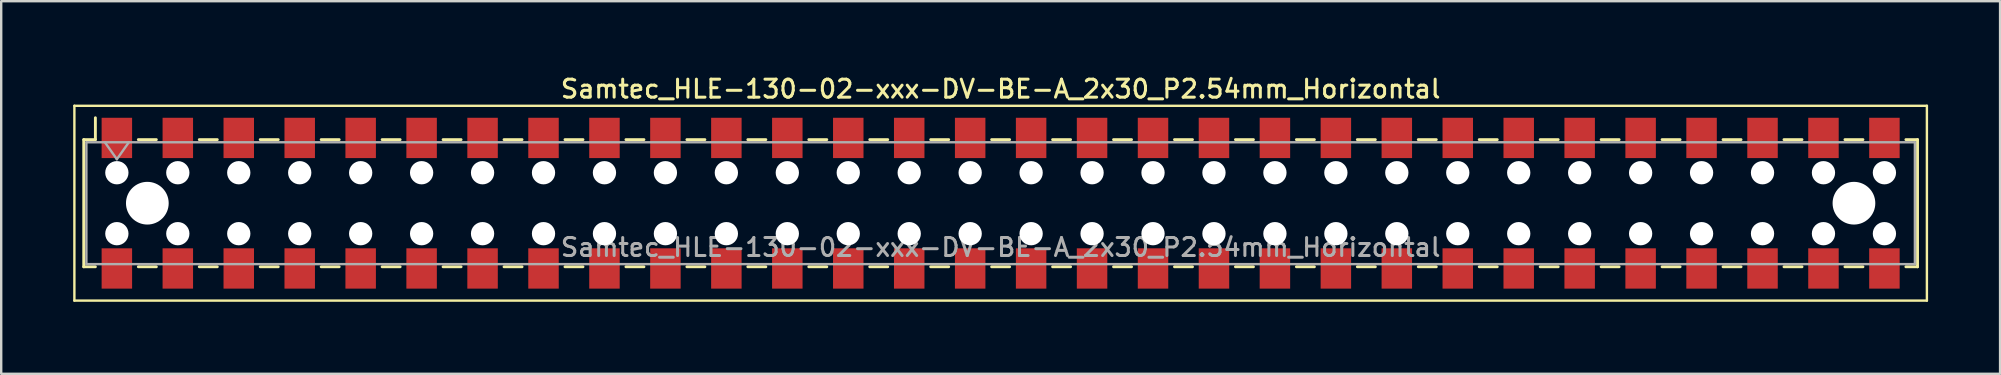
<source format=kicad_pcb>
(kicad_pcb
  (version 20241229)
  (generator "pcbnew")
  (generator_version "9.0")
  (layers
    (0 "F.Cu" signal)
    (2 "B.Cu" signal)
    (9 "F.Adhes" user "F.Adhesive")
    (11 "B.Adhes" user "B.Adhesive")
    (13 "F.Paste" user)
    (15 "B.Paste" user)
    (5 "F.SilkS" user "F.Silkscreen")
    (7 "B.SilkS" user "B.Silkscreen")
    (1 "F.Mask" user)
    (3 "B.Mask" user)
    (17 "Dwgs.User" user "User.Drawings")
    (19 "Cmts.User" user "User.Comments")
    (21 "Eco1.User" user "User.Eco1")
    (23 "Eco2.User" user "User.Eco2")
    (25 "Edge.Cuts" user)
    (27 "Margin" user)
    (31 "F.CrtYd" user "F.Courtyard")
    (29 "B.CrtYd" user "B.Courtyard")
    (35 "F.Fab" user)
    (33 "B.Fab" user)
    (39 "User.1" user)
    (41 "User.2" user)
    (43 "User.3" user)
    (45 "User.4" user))
  (footprint "Samtec_HLE-130-02-xxx-DV-BE-A_2x30_P2.54mm_Horizontal"
    (layer "F.Cu")
    (at 38.65 5.418)
    (property "Reference" "Samtec_HLE-130-02-xxx-DV-BE-A_2x30_P2.54mm_Horizontal" (at 0 -4.76 0) (layer "F.SilkS") (effects (font (size 0.75 0.75) (thickness 0.125))))
    (attr smd)
    (fp_line (start -38.6 -4.06) (end 38.6 -4.06) (stroke (width 0.1) (type solid)) (layer "F.SilkS"))
    (fp_line (start -38.6 4.06) (end -38.6 -4.06) (stroke (width 0.1) (type solid)) (layer "F.SilkS"))
    (fp_line (start -38.21 -2.65) (end -38.21 2.65) (stroke (width 0.12) (type solid)) (layer "F.SilkS"))
    (fp_line (start -38.21 2.65) (end -37.725 2.65) (stroke (width 0.12) (type solid)) (layer "F.SilkS"))
    (fp_line (start -37.725 -3.56) (end -37.725 -2.65) (stroke (width 0.12) (type solid)) (layer "F.SilkS"))
    (fp_line (start -37.725 -2.65) (end -38.21 -2.65) (stroke (width 0.12) (type solid)) (layer "F.SilkS"))
    (fp_line (start -35.935 -2.65) (end -35.185 -2.65) (stroke (width 0.12) (type solid)) (layer "F.SilkS"))
    (fp_line (start -35.935 2.65) (end -35.185 2.65) (stroke (width 0.12) (type solid)) (layer "F.SilkS"))
    (fp_line (start -33.395 -2.65) (end -32.645 -2.65) (stroke (width 0.12) (type solid)) (layer "F.SilkS"))
    (fp_line (start -33.395 2.65) (end -32.645 2.65) (stroke (width 0.12) (type solid)) (layer "F.SilkS"))
    (fp_line (start -30.855 -2.65) (end -30.105 -2.65) (stroke (width 0.12) (type solid)) (layer "F.SilkS"))
    (fp_line (start -30.855 2.65) (end -30.105 2.65) (stroke (width 0.12) (type solid)) (layer "F.SilkS"))
    (fp_line (start -28.315 -2.65) (end -27.565 -2.65) (stroke (width 0.12) (type solid)) (layer "F.SilkS"))
    (fp_line (start -28.315 2.65) (end -27.565 2.65) (stroke (width 0.12) (type solid)) (layer "F.SilkS"))
    (fp_line (start -25.775 -2.65) (end -25.025 -2.65) (stroke (width 0.12) (type solid)) (layer "F.SilkS"))
    (fp_line (start -25.775 2.65) (end -25.025 2.65) (stroke (width 0.12) (type solid)) (layer "F.SilkS"))
    (fp_line (start -23.235 -2.65) (end -22.485 -2.65) (stroke (width 0.12) (type solid)) (layer "F.SilkS"))
    (fp_line (start -23.235 2.65) (end -22.485 2.65) (stroke (width 0.12) (type solid)) (layer "F.SilkS"))
    (fp_line (start -20.695 -2.65) (end -19.945 -2.65) (stroke (width 0.12) (type solid)) (layer "F.SilkS"))
    (fp_line (start -20.695 2.65) (end -19.945 2.65) (stroke (width 0.12) (type solid)) (layer "F.SilkS"))
    (fp_line (start -18.155 -2.65) (end -17.405 -2.65) (stroke (width 0.12) (type solid)) (layer "F.SilkS"))
    (fp_line (start -18.155 2.65) (end -17.405 2.65) (stroke (width 0.12) (type solid)) (layer "F.SilkS"))
    (fp_line (start -15.615 -2.65) (end -14.865 -2.65) (stroke (width 0.12) (type solid)) (layer "F.SilkS"))
    (fp_line (start -15.615 2.65) (end -14.865 2.65) (stroke (width 0.12) (type solid)) (layer "F.SilkS"))
    (fp_line (start -13.075 -2.65) (end -12.325 -2.65) (stroke (width 0.12) (type solid)) (layer "F.SilkS"))
    (fp_line (start -13.075 2.65) (end -12.325 2.65) (stroke (width 0.12) (type solid)) (layer "F.SilkS"))
    (fp_line (start -10.535 -2.65) (end -9.785 -2.65) (stroke (width 0.12) (type solid)) (layer "F.SilkS"))
    (fp_line (start -10.535 2.65) (end -9.785 2.65) (stroke (width 0.12) (type solid)) (layer "F.SilkS"))
    (fp_line (start -7.995 -2.65) (end -7.245 -2.65) (stroke (width 0.12) (type solid)) (layer "F.SilkS"))
    (fp_line (start -7.995 2.65) (end -7.245 2.65) (stroke (width 0.12) (type solid)) (layer "F.SilkS"))
    (fp_line (start -5.455 -2.65) (end -4.705 -2.65) (stroke (width 0.12) (type solid)) (layer "F.SilkS"))
    (fp_line (start -5.455 2.65) (end -4.705 2.65) (stroke (width 0.12) (type solid)) (layer "F.SilkS"))
    (fp_line (start -2.915 -2.65) (end -2.165 -2.65) (stroke (width 0.12) (type solid)) (layer "F.SilkS"))
    (fp_line (start -2.915 2.65) (end -2.165 2.65) (stroke (width 0.12) (type solid)) (layer "F.SilkS"))
    (fp_line (start -0.375 -2.65) (end 0.375 -2.65) (stroke (width 0.12) (type solid)) (layer "F.SilkS"))
    (fp_line (start -0.375 2.65) (end 0.375 2.65) (stroke (width 0.12) (type solid)) (layer "F.SilkS"))
    (fp_line (start 2.165 -2.65) (end 2.915 -2.65) (stroke (width 0.12) (type solid)) (layer "F.SilkS"))
    (fp_line (start 2.165 2.65) (end 2.915 2.65) (stroke (width 0.12) (type solid)) (layer "F.SilkS"))
    (fp_line (start 4.705 -2.65) (end 5.455 -2.65) (stroke (width 0.12) (type solid)) (layer "F.SilkS"))
    (fp_line (start 4.705 2.65) (end 5.455 2.65) (stroke (width 0.12) (type solid)) (layer "F.SilkS"))
    (fp_line (start 7.245 -2.65) (end 7.995 -2.65) (stroke (width 0.12) (type solid)) (layer "F.SilkS"))
    (fp_line (start 7.245 2.65) (end 7.995 2.65) (stroke (width 0.12) (type solid)) (layer "F.SilkS"))
    (fp_line (start 9.785 -2.65) (end 10.535 -2.65) (stroke (width 0.12) (type solid)) (layer "F.SilkS"))
    (fp_line (start 9.785 2.65) (end 10.535 2.65) (stroke (width 0.12) (type solid)) (layer "F.SilkS"))
    (fp_line (start 12.325 -2.65) (end 13.075 -2.65) (stroke (width 0.12) (type solid)) (layer "F.SilkS"))
    (fp_line (start 12.325 2.65) (end 13.075 2.65) (stroke (width 0.12) (type solid)) (layer "F.SilkS"))
    (fp_line (start 14.865 -2.65) (end 15.615 -2.65) (stroke (width 0.12) (type solid)) (layer "F.SilkS"))
    (fp_line (start 14.865 2.65) (end 15.615 2.65) (stroke (width 0.12) (type solid)) (layer "F.SilkS"))
    (fp_line (start 17.405 -2.65) (end 18.155 -2.65) (stroke (width 0.12) (type solid)) (layer "F.SilkS"))
    (fp_line (start 17.405 2.65) (end 18.155 2.65) (stroke (width 0.12) (type solid)) (layer "F.SilkS"))
    (fp_line (start 19.945 -2.65) (end 20.695 -2.65) (stroke (width 0.12) (type solid)) (layer "F.SilkS"))
    (fp_line (start 19.945 2.65) (end 20.695 2.65) (stroke (width 0.12) (type solid)) (layer "F.SilkS"))
    (fp_line (start 22.485 -2.65) (end 23.235 -2.65) (stroke (width 0.12) (type solid)) (layer "F.SilkS"))
    (fp_line (start 22.485 2.65) (end 23.235 2.65) (stroke (width 0.12) (type solid)) (layer "F.SilkS"))
    (fp_line (start 25.025 -2.65) (end 25.775 -2.65) (stroke (width 0.12) (type solid)) (layer "F.SilkS"))
    (fp_line (start 25.025 2.65) (end 25.775 2.65) (stroke (width 0.12) (type solid)) (layer "F.SilkS"))
    (fp_line (start 27.565 -2.65) (end 28.315 -2.65) (stroke (width 0.12) (type solid)) (layer "F.SilkS"))
    (fp_line (start 27.565 2.65) (end 28.315 2.65) (stroke (width 0.12) (type solid)) (layer "F.SilkS"))
    (fp_line (start 30.105 -2.65) (end 30.855 -2.65) (stroke (width 0.12) (type solid)) (layer "F.SilkS"))
    (fp_line (start 30.105 2.65) (end 30.855 2.65) (stroke (width 0.12) (type solid)) (layer "F.SilkS"))
    (fp_line (start 32.645 -2.65) (end 33.395 -2.65) (stroke (width 0.12) (type solid)) (layer "F.SilkS"))
    (fp_line (start 32.645 2.65) (end 33.395 2.65) (stroke (width 0.12) (type solid)) (layer "F.SilkS"))
    (fp_line (start 35.185 -2.65) (end 35.935 -2.65) (stroke (width 0.12) (type solid)) (layer "F.SilkS"))
    (fp_line (start 35.185 2.65) (end 35.935 2.65) (stroke (width 0.12) (type solid)) (layer "F.SilkS"))
    (fp_line (start 37.725 -2.65) (end 38.21 -2.65) (stroke (width 0.12) (type solid)) (layer "F.SilkS"))
    (fp_line (start 38.21 -2.65) (end 38.21 2.65) (stroke (width 0.12) (type solid)) (layer "F.SilkS"))
    (fp_line (start 38.21 2.65) (end 37.725 2.65) (stroke (width 0.12) (type solid)) (layer "F.SilkS"))
    (fp_line (start 38.6 -4.06) (end 38.6 4.06) (stroke (width 0.1) (type solid)) (layer "F.SilkS"))
    (fp_line (start 38.6 4.06) (end -38.6 4.06) (stroke (width 0.1) (type solid)) (layer "F.SilkS"))
    (fp_line (start -38.1 -2.54) (end 38.1 -2.54) (stroke (width 0.1) (type solid)) (layer "F.Fab"))
    (fp_line (start -38.1 2.54) (end -38.1 -2.54) (stroke (width 0.1) (type solid)) (layer "F.Fab"))
    (fp_line (start -37.33 -2.54) (end -36.83 -1.833) (stroke (width 0.1) (type solid)) (layer "F.Fab"))
    (fp_line (start -36.83 -1.833) (end -36.33 -2.54) (stroke (width 0.1) (type solid)) (layer "F.Fab"))
    (fp_line (start 38.1 -2.54) (end 38.1 2.54) (stroke (width 0.1) (type solid)) (layer "F.Fab"))
    (fp_line (start 38.1 2.54) (end -38.1 2.54) (stroke (width 0.1) (type solid)) (layer "F.Fab"))
    (fp_text user "${REFERENCE}" (at 0 1.84 0) (layer "F.Fab") (effects (font (size 0.75 0.75) (thickness 0.125))))
    (pad "" np_thru_hole circle (at -36.83 -1.27) (size 0.97 0.97) (drill 0.97) (layers "*.Cu" "*.Mask"))
    (pad "" np_thru_hole circle (at -36.83 1.27) (size 0.97 0.97) (drill 0.97) (layers "*.Cu" "*.Mask"))
    (pad "" np_thru_hole circle (at -35.56 0) (size 1.78 1.78) (drill 1.78) (layers "*.Cu" "*.Mask"))
    (pad "" np_thru_hole circle (at -34.29 -1.27) (size 0.97 0.97) (drill 0.97) (layers "*.Cu" "*.Mask"))
    (pad "" np_thru_hole circle (at -34.29 1.27) (size 0.97 0.97) (drill 0.97) (layers "*.Cu" "*.Mask"))
    (pad "" np_thru_hole circle (at -31.75 -1.27) (size 0.97 0.97) (drill 0.97) (layers "*.Cu" "*.Mask"))
    (pad "" np_thru_hole circle (at -31.75 1.27) (size 0.97 0.97) (drill 0.97) (layers "*.Cu" "*.Mask"))
    (pad "" np_thru_hole circle (at -29.21 -1.27) (size 0.97 0.97) (drill 0.97) (layers "*.Cu" "*.Mask"))
    (pad "" np_thru_hole circle (at -29.21 1.27) (size 0.97 0.97) (drill 0.97) (layers "*.Cu" "*.Mask"))
    (pad "" np_thru_hole circle (at -26.67 -1.27) (size 0.97 0.97) (drill 0.97) (layers "*.Cu" "*.Mask"))
    (pad "" np_thru_hole circle (at -26.67 1.27) (size 0.97 0.97) (drill 0.97) (layers "*.Cu" "*.Mask"))
    (pad "" np_thru_hole circle (at -24.13 -1.27) (size 0.97 0.97) (drill 0.97) (layers "*.Cu" "*.Mask"))
    (pad "" np_thru_hole circle (at -24.13 1.27) (size 0.97 0.97) (drill 0.97) (layers "*.Cu" "*.Mask"))
    (pad "" np_thru_hole circle (at -21.59 -1.27) (size 0.97 0.97) (drill 0.97) (layers "*.Cu" "*.Mask"))
    (pad "" np_thru_hole circle (at -21.59 1.27) (size 0.97 0.97) (drill 0.97) (layers "*.Cu" "*.Mask"))
    (pad "" np_thru_hole circle (at -19.05 -1.27) (size 0.97 0.97) (drill 0.97) (layers "*.Cu" "*.Mask"))
    (pad "" np_thru_hole circle (at -19.05 1.27) (size 0.97 0.97) (drill 0.97) (layers "*.Cu" "*.Mask"))
    (pad "" np_thru_hole circle (at -16.51 -1.27) (size 0.97 0.97) (drill 0.97) (layers "*.Cu" "*.Mask"))
    (pad "" np_thru_hole circle (at -16.51 1.27) (size 0.97 0.97) (drill 0.97) (layers "*.Cu" "*.Mask"))
    (pad "" np_thru_hole circle (at -13.97 -1.27) (size 0.97 0.97) (drill 0.97) (layers "*.Cu" "*.Mask"))
    (pad "" np_thru_hole circle (at -13.97 1.27) (size 0.97 0.97) (drill 0.97) (layers "*.Cu" "*.Mask"))
    (pad "" np_thru_hole circle (at -11.43 -1.27) (size 0.97 0.97) (drill 0.97) (layers "*.Cu" "*.Mask"))
    (pad "" np_thru_hole circle (at -11.43 1.27) (size 0.97 0.97) (drill 0.97) (layers "*.Cu" "*.Mask"))
    (pad "" np_thru_hole circle (at -8.89 -1.27) (size 0.97 0.97) (drill 0.97) (layers "*.Cu" "*.Mask"))
    (pad "" np_thru_hole circle (at -8.89 1.27) (size 0.97 0.97) (drill 0.97) (layers "*.Cu" "*.Mask"))
    (pad "" np_thru_hole circle (at -6.35 -1.27) (size 0.97 0.97) (drill 0.97) (layers "*.Cu" "*.Mask"))
    (pad "" np_thru_hole circle (at -6.35 1.27) (size 0.97 0.97) (drill 0.97) (layers "*.Cu" "*.Mask"))
    (pad "" np_thru_hole circle (at -3.81 -1.27) (size 0.97 0.97) (drill 0.97) (layers "*.Cu" "*.Mask"))
    (pad "" np_thru_hole circle (at -3.81 1.27) (size 0.97 0.97) (drill 0.97) (layers "*.Cu" "*.Mask"))
    (pad "" np_thru_hole circle (at -1.27 -1.27) (size 0.97 0.97) (drill 0.97) (layers "*.Cu" "*.Mask"))
    (pad "" np_thru_hole circle (at -1.27 1.27) (size 0.97 0.97) (drill 0.97) (layers "*.Cu" "*.Mask"))
    (pad "" np_thru_hole circle (at 1.27 -1.27) (size 0.97 0.97) (drill 0.97) (layers "*.Cu" "*.Mask"))
    (pad "" np_thru_hole circle (at 1.27 1.27) (size 0.97 0.97) (drill 0.97) (layers "*.Cu" "*.Mask"))
    (pad "" np_thru_hole circle (at 3.81 -1.27) (size 0.97 0.97) (drill 0.97) (layers "*.Cu" "*.Mask"))
    (pad "" np_thru_hole circle (at 3.81 1.27) (size 0.97 0.97) (drill 0.97) (layers "*.Cu" "*.Mask"))
    (pad "" np_thru_hole circle (at 6.35 -1.27) (size 0.97 0.97) (drill 0.97) (layers "*.Cu" "*.Mask"))
    (pad "" np_thru_hole circle (at 6.35 1.27) (size 0.97 0.97) (drill 0.97) (layers "*.Cu" "*.Mask"))
    (pad "" np_thru_hole circle (at 8.89 -1.27) (size 0.97 0.97) (drill 0.97) (layers "*.Cu" "*.Mask"))
    (pad "" np_thru_hole circle (at 8.89 1.27) (size 0.97 0.97) (drill 0.97) (layers "*.Cu" "*.Mask"))
    (pad "" np_thru_hole circle (at 11.43 -1.27) (size 0.97 0.97) (drill 0.97) (layers "*.Cu" "*.Mask"))
    (pad "" np_thru_hole circle (at 11.43 1.27) (size 0.97 0.97) (drill 0.97) (layers "*.Cu" "*.Mask"))
    (pad "" np_thru_hole circle (at 13.97 -1.27) (size 0.97 0.97) (drill 0.97) (layers "*.Cu" "*.Mask"))
    (pad "" np_thru_hole circle (at 13.97 1.27) (size 0.97 0.97) (drill 0.97) (layers "*.Cu" "*.Mask"))
    (pad "" np_thru_hole circle (at 16.51 -1.27) (size 0.97 0.97) (drill 0.97) (layers "*.Cu" "*.Mask"))
    (pad "" np_thru_hole circle (at 16.51 1.27) (size 0.97 0.97) (drill 0.97) (layers "*.Cu" "*.Mask"))
    (pad "" np_thru_hole circle (at 19.05 -1.27) (size 0.97 0.97) (drill 0.97) (layers "*.Cu" "*.Mask"))
    (pad "" np_thru_hole circle (at 19.05 1.27) (size 0.97 0.97) (drill 0.97) (layers "*.Cu" "*.Mask"))
    (pad "" np_thru_hole circle (at 21.59 -1.27) (size 0.97 0.97) (drill 0.97) (layers "*.Cu" "*.Mask"))
    (pad "" np_thru_hole circle (at 21.59 1.27) (size 0.97 0.97) (drill 0.97) (layers "*.Cu" "*.Mask"))
    (pad "" np_thru_hole circle (at 24.13 -1.27) (size 0.97 0.97) (drill 0.97) (layers "*.Cu" "*.Mask"))
    (pad "" np_thru_hole circle (at 24.13 1.27) (size 0.97 0.97) (drill 0.97) (layers "*.Cu" "*.Mask"))
    (pad "" np_thru_hole circle (at 26.67 -1.27) (size 0.97 0.97) (drill 0.97) (layers "*.Cu" "*.Mask"))
    (pad "" np_thru_hole circle (at 26.67 1.27) (size 0.97 0.97) (drill 0.97) (layers "*.Cu" "*.Mask"))
    (pad "" np_thru_hole circle (at 29.21 -1.27) (size 0.97 0.97) (drill 0.97) (layers "*.Cu" "*.Mask"))
    (pad "" np_thru_hole circle (at 29.21 1.27) (size 0.97 0.97) (drill 0.97) (layers "*.Cu" "*.Mask"))
    (pad "" np_thru_hole circle (at 31.75 -1.27) (size 0.97 0.97) (drill 0.97) (layers "*.Cu" "*.Mask"))
    (pad "" np_thru_hole circle (at 31.75 1.27) (size 0.97 0.97) (drill 0.97) (layers "*.Cu" "*.Mask"))
    (pad "" np_thru_hole circle (at 34.29 -1.27) (size 0.97 0.97) (drill 0.97) (layers "*.Cu" "*.Mask"))
    (pad "" np_thru_hole circle (at 34.29 1.27) (size 0.97 0.97) (drill 0.97) (layers "*.Cu" "*.Mask"))
    (pad "" np_thru_hole circle (at 35.56 0) (size 1.78 1.78) (drill 1.78) (layers "*.Cu" "*.Mask"))
    (pad "" np_thru_hole circle (at 36.83 -1.27) (size 0.97 0.97) (drill 0.97) (layers "*.Cu" "*.Mask"))
    (pad "" np_thru_hole circle (at 36.83 1.27) (size 0.97 0.97) (drill 0.97) (layers "*.Cu" "*.Mask"))
    (pad "1" smd rect (at -36.83 -2.72) (size 1.27 1.68) (layers "F.Cu" "F.Mask" "F.Paste"))
    (pad "2" smd rect (at -36.83 2.72) (size 1.27 1.68) (layers "F.Cu" "F.Mask" "F.Paste"))
    (pad "3" smd rect (at -34.29 -2.72) (size 1.27 1.68) (layers "F.Cu" "F.Mask" "F.Paste"))
    (pad "4" smd rect (at -34.29 2.72) (size 1.27 1.68) (layers "F.Cu" "F.Mask" "F.Paste"))
    (pad "5" smd rect (at -31.75 -2.72) (size 1.27 1.68) (layers "F.Cu" "F.Mask" "F.Paste"))
    (pad "6" smd rect (at -31.75 2.72) (size 1.27 1.68) (layers "F.Cu" "F.Mask" "F.Paste"))
    (pad "7" smd rect (at -29.21 -2.72) (size 1.27 1.68) (layers "F.Cu" "F.Mask" "F.Paste"))
    (pad "8" smd rect (at -29.21 2.72) (size 1.27 1.68) (layers "F.Cu" "F.Mask" "F.Paste"))
    (pad "9" smd rect (at -26.67 -2.72) (size 1.27 1.68) (layers "F.Cu" "F.Mask" "F.Paste"))
    (pad "10" smd rect (at -26.67 2.72) (size 1.27 1.68) (layers "F.Cu" "F.Mask" "F.Paste"))
    (pad "11" smd rect (at -24.13 -2.72) (size 1.27 1.68) (layers "F.Cu" "F.Mask" "F.Paste"))
    (pad "12" smd rect (at -24.13 2.72) (size 1.27 1.68) (layers "F.Cu" "F.Mask" "F.Paste"))
    (pad "13" smd rect (at -21.59 -2.72) (size 1.27 1.68) (layers "F.Cu" "F.Mask" "F.Paste"))
    (pad "14" smd rect (at -21.59 2.72) (size 1.27 1.68) (layers "F.Cu" "F.Mask" "F.Paste"))
    (pad "15" smd rect (at -19.05 -2.72) (size 1.27 1.68) (layers "F.Cu" "F.Mask" "F.Paste"))
    (pad "16" smd rect (at -19.05 2.72) (size 1.27 1.68) (layers "F.Cu" "F.Mask" "F.Paste"))
    (pad "17" smd rect (at -16.51 -2.72) (size 1.27 1.68) (layers "F.Cu" "F.Mask" "F.Paste"))
    (pad "18" smd rect (at -16.51 2.72) (size 1.27 1.68) (layers "F.Cu" "F.Mask" "F.Paste"))
    (pad "19" smd rect (at -13.97 -2.72) (size 1.27 1.68) (layers "F.Cu" "F.Mask" "F.Paste"))
    (pad "20" smd rect (at -13.97 2.72) (size 1.27 1.68) (layers "F.Cu" "F.Mask" "F.Paste"))
    (pad "21" smd rect (at -11.43 -2.72) (size 1.27 1.68) (layers "F.Cu" "F.Mask" "F.Paste"))
    (pad "22" smd rect (at -11.43 2.72) (size 1.27 1.68) (layers "F.Cu" "F.Mask" "F.Paste"))
    (pad "23" smd rect (at -8.89 -2.72) (size 1.27 1.68) (layers "F.Cu" "F.Mask" "F.Paste"))
    (pad "24" smd rect (at -8.89 2.72) (size 1.27 1.68) (layers "F.Cu" "F.Mask" "F.Paste"))
    (pad "25" smd rect (at -6.35 -2.72) (size 1.27 1.68) (layers "F.Cu" "F.Mask" "F.Paste"))
    (pad "26" smd rect (at -6.35 2.72) (size 1.27 1.68) (layers "F.Cu" "F.Mask" "F.Paste"))
    (pad "27" smd rect (at -3.81 -2.72) (size 1.27 1.68) (layers "F.Cu" "F.Mask" "F.Paste"))
    (pad "28" smd rect (at -3.81 2.72) (size 1.27 1.68) (layers "F.Cu" "F.Mask" "F.Paste"))
    (pad "29" smd rect (at -1.27 -2.72) (size 1.27 1.68) (layers "F.Cu" "F.Mask" "F.Paste"))
    (pad "30" smd rect (at -1.27 2.72) (size 1.27 1.68) (layers "F.Cu" "F.Mask" "F.Paste"))
    (pad "31" smd rect (at 1.27 -2.72) (size 1.27 1.68) (layers "F.Cu" "F.Mask" "F.Paste"))
    (pad "32" smd rect (at 1.27 2.72) (size 1.27 1.68) (layers "F.Cu" "F.Mask" "F.Paste"))
    (pad "33" smd rect (at 3.81 -2.72) (size 1.27 1.68) (layers "F.Cu" "F.Mask" "F.Paste"))
    (pad "34" smd rect (at 3.81 2.72) (size 1.27 1.68) (layers "F.Cu" "F.Mask" "F.Paste"))
    (pad "35" smd rect (at 6.35 -2.72) (size 1.27 1.68) (layers "F.Cu" "F.Mask" "F.Paste"))
    (pad "36" smd rect (at 6.35 2.72) (size 1.27 1.68) (layers "F.Cu" "F.Mask" "F.Paste"))
    (pad "37" smd rect (at 8.89 -2.72) (size 1.27 1.68) (layers "F.Cu" "F.Mask" "F.Paste"))
    (pad "38" smd rect (at 8.89 2.72) (size 1.27 1.68) (layers "F.Cu" "F.Mask" "F.Paste"))
    (pad "39" smd rect (at 11.43 -2.72) (size 1.27 1.68) (layers "F.Cu" "F.Mask" "F.Paste"))
    (pad "40" smd rect (at 11.43 2.72) (size 1.27 1.68) (layers "F.Cu" "F.Mask" "F.Paste"))
    (pad "41" smd rect (at 13.97 -2.72) (size 1.27 1.68) (layers "F.Cu" "F.Mask" "F.Paste"))
    (pad "42" smd rect (at 13.97 2.72) (size 1.27 1.68) (layers "F.Cu" "F.Mask" "F.Paste"))
    (pad "43" smd rect (at 16.51 -2.72) (size 1.27 1.68) (layers "F.Cu" "F.Mask" "F.Paste"))
    (pad "44" smd rect (at 16.51 2.72) (size 1.27 1.68) (layers "F.Cu" "F.Mask" "F.Paste"))
    (pad "45" smd rect (at 19.05 -2.72) (size 1.27 1.68) (layers "F.Cu" "F.Mask" "F.Paste"))
    (pad "46" smd rect (at 19.05 2.72) (size 1.27 1.68) (layers "F.Cu" "F.Mask" "F.Paste"))
    (pad "47" smd rect (at 21.59 -2.72) (size 1.27 1.68) (layers "F.Cu" "F.Mask" "F.Paste"))
    (pad "48" smd rect (at 21.59 2.72) (size 1.27 1.68) (layers "F.Cu" "F.Mask" "F.Paste"))
    (pad "49" smd rect (at 24.13 -2.72) (size 1.27 1.68) (layers "F.Cu" "F.Mask" "F.Paste"))
    (pad "50" smd rect (at 24.13 2.72) (size 1.27 1.68) (layers "F.Cu" "F.Mask" "F.Paste"))
    (pad "51" smd rect (at 26.67 -2.72) (size 1.27 1.68) (layers "F.Cu" "F.Mask" "F.Paste"))
    (pad "52" smd rect (at 26.67 2.72) (size 1.27 1.68) (layers "F.Cu" "F.Mask" "F.Paste"))
    (pad "53" smd rect (at 29.21 -2.72) (size 1.27 1.68) (layers "F.Cu" "F.Mask" "F.Paste"))
    (pad "54" smd rect (at 29.21 2.72) (size 1.27 1.68) (layers "F.Cu" "F.Mask" "F.Paste"))
    (pad "55" smd rect (at 31.75 -2.72) (size 1.27 1.68) (layers "F.Cu" "F.Mask" "F.Paste"))
    (pad "56" smd rect (at 31.75 2.72) (size 1.27 1.68) (layers "F.Cu" "F.Mask" "F.Paste"))
    (pad "57" smd rect (at 34.29 -2.72) (size 1.27 1.68) (layers "F.Cu" "F.Mask" "F.Paste"))
    (pad "58" smd rect (at 34.29 2.72) (size 1.27 1.68) (layers "F.Cu" "F.Mask" "F.Paste"))
    (pad "59" smd rect (at 36.83 -2.72) (size 1.27 1.68) (layers "F.Cu" "F.Mask" "F.Paste"))
    (pad "60" smd rect (at 36.83 2.72) (size 1.27 1.68) (layers "F.Cu" "F.Mask" "F.Paste")))
  (gr_rect
    (start -3 -3)
    (end 80.3 12.528)
    (stroke (width 0.1) (type default))
    (fill no)
    (layer "Edge.Cuts")))
</source>
